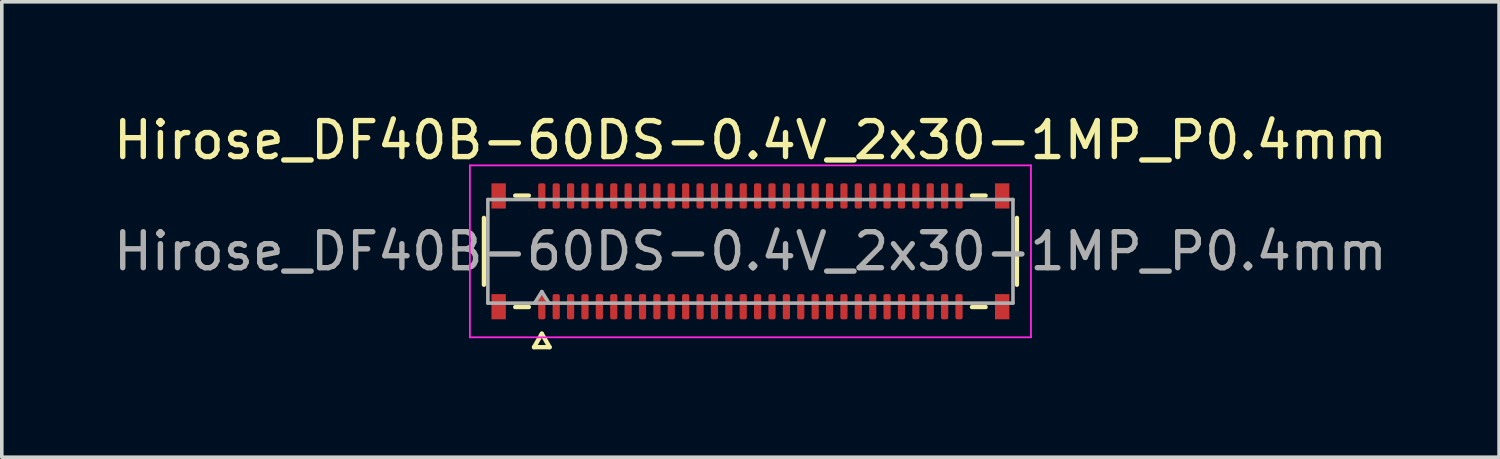
<source format=kicad_pcb>
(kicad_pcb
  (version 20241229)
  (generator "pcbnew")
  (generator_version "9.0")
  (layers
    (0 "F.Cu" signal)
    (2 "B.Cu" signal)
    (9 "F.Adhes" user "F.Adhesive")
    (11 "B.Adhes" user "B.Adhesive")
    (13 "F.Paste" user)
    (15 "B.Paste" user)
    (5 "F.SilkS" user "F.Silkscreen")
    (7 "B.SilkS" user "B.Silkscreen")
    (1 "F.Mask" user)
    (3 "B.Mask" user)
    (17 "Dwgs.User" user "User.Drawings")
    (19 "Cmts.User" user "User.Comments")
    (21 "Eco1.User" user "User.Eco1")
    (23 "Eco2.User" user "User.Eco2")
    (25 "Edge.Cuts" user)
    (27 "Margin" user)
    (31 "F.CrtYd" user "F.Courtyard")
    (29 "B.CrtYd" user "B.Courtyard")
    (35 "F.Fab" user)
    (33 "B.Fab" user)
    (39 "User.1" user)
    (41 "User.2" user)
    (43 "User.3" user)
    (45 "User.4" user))
  (footprint "Hirose_DF40B-60DS-0.4V_2x30-1MP_P0.4mm"
    (layer "F.Cu")
    (at 17.815 3.938)
    (property "Reference" "Hirose_DF40B-60DS-0.4V_2x30-1MP_P0.4mm" (at 0 -3.09 0) (layer "F.SilkS") (effects (font (size 1 1) (thickness 0.15))))
    (attr smd)
    (fp_line (start -7.41 0.93) (end -7.41 -0.93) (stroke (width 0.12) (type solid)) (layer "F.SilkS"))
    (fp_line (start -6.54 -1.55) (end -6.16 -1.55) (stroke (width 0.12) (type solid)) (layer "F.SilkS"))
    (fp_line (start -6.16 1.55) (end -6.54 1.55) (stroke (width 0.12) (type solid)) (layer "F.SilkS"))
    (fp_line (start -6.017 2.665) (end -5.8 2.29) (stroke (width 0.12) (type solid)) (layer "F.SilkS"))
    (fp_line (start -5.8 2.29) (end -5.583 2.665) (stroke (width 0.12) (type solid)) (layer "F.SilkS"))
    (fp_line (start -5.583 2.665) (end -6.017 2.665) (stroke (width 0.12) (type solid)) (layer "F.SilkS"))
    (fp_line (start 6.16 -1.55) (end 6.54 -1.55) (stroke (width 0.12) (type solid)) (layer "F.SilkS"))
    (fp_line (start 6.54 1.55) (end 6.16 1.55) (stroke (width 0.12) (type solid)) (layer "F.SilkS"))
    (fp_line (start 7.41 -0.93) (end 7.41 0.93) (stroke (width 0.12) (type solid)) (layer "F.SilkS"))
    (fp_line (start -7.8 -2.39) (end -7.8 2.39) (stroke (width 0.05) (type solid)) (layer "F.CrtYd"))
    (fp_line (start -7.8 2.39) (end 7.8 2.39) (stroke (width 0.05) (type solid)) (layer "F.CrtYd"))
    (fp_line (start 7.8 -2.39) (end -7.8 -2.39) (stroke (width 0.05) (type solid)) (layer "F.CrtYd"))
    (fp_line (start 7.8 2.39) (end 7.8 -2.39) (stroke (width 0.05) (type solid)) (layer "F.CrtYd"))
    (fp_line (start -7.3 -1.44) (end 7.3 -1.44) (stroke (width 0.1) (type solid)) (layer "F.Fab"))
    (fp_line (start -7.3 1.44) (end -7.3 -1.44) (stroke (width 0.1) (type solid)) (layer "F.Fab"))
    (fp_line (start -6 1.44) (end -5.8 1.12) (stroke (width 0.1) (type solid)) (layer "F.Fab"))
    (fp_line (start -5.8 1.12) (end -5.6 1.44) (stroke (width 0.1) (type solid)) (layer "F.Fab"))
    (fp_line (start 7.3 -1.44) (end 7.3 1.44) (stroke (width 0.1) (type solid)) (layer "F.Fab"))
    (fp_line (start 7.3 1.44) (end -7.3 1.44) (stroke (width 0.1) (type solid)) (layer "F.Fab"))
    (fp_text user "${REFERENCE}" (at 0 0 0) (layer "F.Fab") (effects (font (size 1 1) (thickness 0.15))))
    (pad "1" smd roundrect (at -5.8 1.54) (size 0.2 0.7) (layers "F.Cu" "F.Mask" "F.Paste") (roundrect_rratio 0.25))
    (pad "2" smd roundrect (at -5.8 -1.54) (size 0.2 0.7) (layers "F.Cu" "F.Mask" "F.Paste") (roundrect_rratio 0.25))
    (pad "3" smd roundrect (at -5.4 1.54) (size 0.2 0.7) (layers "F.Cu" "F.Mask" "F.Paste") (roundrect_rratio 0.25))
    (pad "4" smd roundrect (at -5.4 -1.54) (size 0.2 0.7) (layers "F.Cu" "F.Mask" "F.Paste") (roundrect_rratio 0.25))
    (pad "5" smd roundrect (at -5 1.54) (size 0.2 0.7) (layers "F.Cu" "F.Mask" "F.Paste") (roundrect_rratio 0.25))
    (pad "6" smd roundrect (at -5 -1.54) (size 0.2 0.7) (layers "F.Cu" "F.Mask" "F.Paste") (roundrect_rratio 0.25))
    (pad "7" smd roundrect (at -4.6 1.54) (size 0.2 0.7) (layers "F.Cu" "F.Mask" "F.Paste") (roundrect_rratio 0.25))
    (pad "8" smd roundrect (at -4.6 -1.54) (size 0.2 0.7) (layers "F.Cu" "F.Mask" "F.Paste") (roundrect_rratio 0.25))
    (pad "9" smd roundrect (at -4.2 1.54) (size 0.2 0.7) (layers "F.Cu" "F.Mask" "F.Paste") (roundrect_rratio 0.25))
    (pad "10" smd roundrect (at -4.2 -1.54) (size 0.2 0.7) (layers "F.Cu" "F.Mask" "F.Paste") (roundrect_rratio 0.25))
    (pad "11" smd roundrect (at -3.8 1.54) (size 0.2 0.7) (layers "F.Cu" "F.Mask" "F.Paste") (roundrect_rratio 0.25))
    (pad "12" smd roundrect (at -3.8 -1.54) (size 0.2 0.7) (layers "F.Cu" "F.Mask" "F.Paste") (roundrect_rratio 0.25))
    (pad "13" smd roundrect (at -3.4 1.54) (size 0.2 0.7) (layers "F.Cu" "F.Mask" "F.Paste") (roundrect_rratio 0.25))
    (pad "14" smd roundrect (at -3.4 -1.54) (size 0.2 0.7) (layers "F.Cu" "F.Mask" "F.Paste") (roundrect_rratio 0.25))
    (pad "15" smd roundrect (at -3 1.54) (size 0.2 0.7) (layers "F.Cu" "F.Mask" "F.Paste") (roundrect_rratio 0.25))
    (pad "16" smd roundrect (at -3 -1.54) (size 0.2 0.7) (layers "F.Cu" "F.Mask" "F.Paste") (roundrect_rratio 0.25))
    (pad "17" smd roundrect (at -2.6 1.54) (size 0.2 0.7) (layers "F.Cu" "F.Mask" "F.Paste") (roundrect_rratio 0.25))
    (pad "18" smd roundrect (at -2.6 -1.54) (size 0.2 0.7) (layers "F.Cu" "F.Mask" "F.Paste") (roundrect_rratio 0.25))
    (pad "19" smd roundrect (at -2.2 1.54) (size 0.2 0.7) (layers "F.Cu" "F.Mask" "F.Paste") (roundrect_rratio 0.25))
    (pad "20" smd roundrect (at -2.2 -1.54) (size 0.2 0.7) (layers "F.Cu" "F.Mask" "F.Paste") (roundrect_rratio 0.25))
    (pad "21" smd roundrect (at -1.8 1.54) (size 0.2 0.7) (layers "F.Cu" "F.Mask" "F.Paste") (roundrect_rratio 0.25))
    (pad "22" smd roundrect (at -1.8 -1.54) (size 0.2 0.7) (layers "F.Cu" "F.Mask" "F.Paste") (roundrect_rratio 0.25))
    (pad "23" smd roundrect (at -1.4 1.54) (size 0.2 0.7) (layers "F.Cu" "F.Mask" "F.Paste") (roundrect_rratio 0.25))
    (pad "24" smd roundrect (at -1.4 -1.54) (size 0.2 0.7) (layers "F.Cu" "F.Mask" "F.Paste") (roundrect_rratio 0.25))
    (pad "25" smd roundrect (at -1 1.54) (size 0.2 0.7) (layers "F.Cu" "F.Mask" "F.Paste") (roundrect_rratio 0.25))
    (pad "26" smd roundrect (at -1 -1.54) (size 0.2 0.7) (layers "F.Cu" "F.Mask" "F.Paste") (roundrect_rratio 0.25))
    (pad "27" smd roundrect (at -0.6 1.54) (size 0.2 0.7) (layers "F.Cu" "F.Mask" "F.Paste") (roundrect_rratio 0.25))
    (pad "28" smd roundrect (at -0.6 -1.54) (size 0.2 0.7) (layers "F.Cu" "F.Mask" "F.Paste") (roundrect_rratio 0.25))
    (pad "29" smd roundrect (at -0.2 1.54) (size 0.2 0.7) (layers "F.Cu" "F.Mask" "F.Paste") (roundrect_rratio 0.25))
    (pad "30" smd roundrect (at -0.2 -1.54) (size 0.2 0.7) (layers "F.Cu" "F.Mask" "F.Paste") (roundrect_rratio 0.25))
    (pad "31" smd roundrect (at 0.2 1.54) (size 0.2 0.7) (layers "F.Cu" "F.Mask" "F.Paste") (roundrect_rratio 0.25))
    (pad "32" smd roundrect (at 0.2 -1.54) (size 0.2 0.7) (layers "F.Cu" "F.Mask" "F.Paste") (roundrect_rratio 0.25))
    (pad "33" smd roundrect (at 0.6 1.54) (size 0.2 0.7) (layers "F.Cu" "F.Mask" "F.Paste") (roundrect_rratio 0.25))
    (pad "34" smd roundrect (at 0.6 -1.54) (size 0.2 0.7) (layers "F.Cu" "F.Mask" "F.Paste") (roundrect_rratio 0.25))
    (pad "35" smd roundrect (at 1 1.54) (size 0.2 0.7) (layers "F.Cu" "F.Mask" "F.Paste") (roundrect_rratio 0.25))
    (pad "36" smd roundrect (at 1 -1.54) (size 0.2 0.7) (layers "F.Cu" "F.Mask" "F.Paste") (roundrect_rratio 0.25))
    (pad "37" smd roundrect (at 1.4 1.54) (size 0.2 0.7) (layers "F.Cu" "F.Mask" "F.Paste") (roundrect_rratio 0.25))
    (pad "38" smd roundrect (at 1.4 -1.54) (size 0.2 0.7) (layers "F.Cu" "F.Mask" "F.Paste") (roundrect_rratio 0.25))
    (pad "39" smd roundrect (at 1.8 1.54) (size 0.2 0.7) (layers "F.Cu" "F.Mask" "F.Paste") (roundrect_rratio 0.25))
    (pad "40" smd roundrect (at 1.8 -1.54) (size 0.2 0.7) (layers "F.Cu" "F.Mask" "F.Paste") (roundrect_rratio 0.25))
    (pad "41" smd roundrect (at 2.2 1.54) (size 0.2 0.7) (layers "F.Cu" "F.Mask" "F.Paste") (roundrect_rratio 0.25))
    (pad "42" smd roundrect (at 2.2 -1.54) (size 0.2 0.7) (layers "F.Cu" "F.Mask" "F.Paste") (roundrect_rratio 0.25))
    (pad "43" smd roundrect (at 2.6 1.54) (size 0.2 0.7) (layers "F.Cu" "F.Mask" "F.Paste") (roundrect_rratio 0.25))
    (pad "44" smd roundrect (at 2.6 -1.54) (size 0.2 0.7) (layers "F.Cu" "F.Mask" "F.Paste") (roundrect_rratio 0.25))
    (pad "45" smd roundrect (at 3 1.54) (size 0.2 0.7) (layers "F.Cu" "F.Mask" "F.Paste") (roundrect_rratio 0.25))
    (pad "46" smd roundrect (at 3 -1.54) (size 0.2 0.7) (layers "F.Cu" "F.Mask" "F.Paste") (roundrect_rratio 0.25))
    (pad "47" smd roundrect (at 3.4 1.54) (size 0.2 0.7) (layers "F.Cu" "F.Mask" "F.Paste") (roundrect_rratio 0.25))
    (pad "48" smd roundrect (at 3.4 -1.54) (size 0.2 0.7) (layers "F.Cu" "F.Mask" "F.Paste") (roundrect_rratio 0.25))
    (pad "49" smd roundrect (at 3.8 1.54) (size 0.2 0.7) (layers "F.Cu" "F.Mask" "F.Paste") (roundrect_rratio 0.25))
    (pad "50" smd roundrect (at 3.8 -1.54) (size 0.2 0.7) (layers "F.Cu" "F.Mask" "F.Paste") (roundrect_rratio 0.25))
    (pad "51" smd roundrect (at 4.2 1.54) (size 0.2 0.7) (layers "F.Cu" "F.Mask" "F.Paste") (roundrect_rratio 0.25))
    (pad "52" smd roundrect (at 4.2 -1.54) (size 0.2 0.7) (layers "F.Cu" "F.Mask" "F.Paste") (roundrect_rratio 0.25))
    (pad "53" smd roundrect (at 4.6 1.54) (size 0.2 0.7) (layers "F.Cu" "F.Mask" "F.Paste") (roundrect_rratio 0.25))
    (pad "54" smd roundrect (at 4.6 -1.54) (size 0.2 0.7) (layers "F.Cu" "F.Mask" "F.Paste") (roundrect_rratio 0.25))
    (pad "55" smd roundrect (at 5 1.54) (size 0.2 0.7) (layers "F.Cu" "F.Mask" "F.Paste") (roundrect_rratio 0.25))
    (pad "56" smd roundrect (at 5 -1.54) (size 0.2 0.7) (layers "F.Cu" "F.Mask" "F.Paste") (roundrect_rratio 0.25))
    (pad "57" smd roundrect (at 5.4 1.54) (size 0.2 0.7) (layers "F.Cu" "F.Mask" "F.Paste") (roundrect_rratio 0.25))
    (pad "58" smd roundrect (at 5.4 -1.54) (size 0.2 0.7) (layers "F.Cu" "F.Mask" "F.Paste") (roundrect_rratio 0.25))
    (pad "59" smd roundrect (at 5.8 1.54) (size 0.2 0.7) (layers "F.Cu" "F.Mask" "F.Paste") (roundrect_rratio 0.25))
    (pad "60" smd roundrect (at 5.8 -1.54) (size 0.2 0.7) (layers "F.Cu" "F.Mask" "F.Paste") (roundrect_rratio 0.25))
    (pad "MP" smd rect (at -7 -1.54) (size 0.4 0.7) (layers "F.Cu" "F.Mask" "F.Paste"))
    (pad "MP" smd rect (at -7 1.54) (size 0.4 0.7) (layers "F.Cu" "F.Mask" "F.Paste"))
    (pad "MP" smd rect (at 7 -1.54) (size 0.4 0.7) (layers "F.Cu" "F.Mask" "F.Paste"))
    (pad "MP" smd rect (at 7 1.54) (size 0.4 0.7) (layers "F.Cu" "F.Mask" "F.Paste")))
  (gr_rect
    (start -3 -3)
    (end 38.631 9.663)
    (stroke (width 0.1) (type default))
    (fill no)
    (layer "Edge.Cuts")))
</source>
